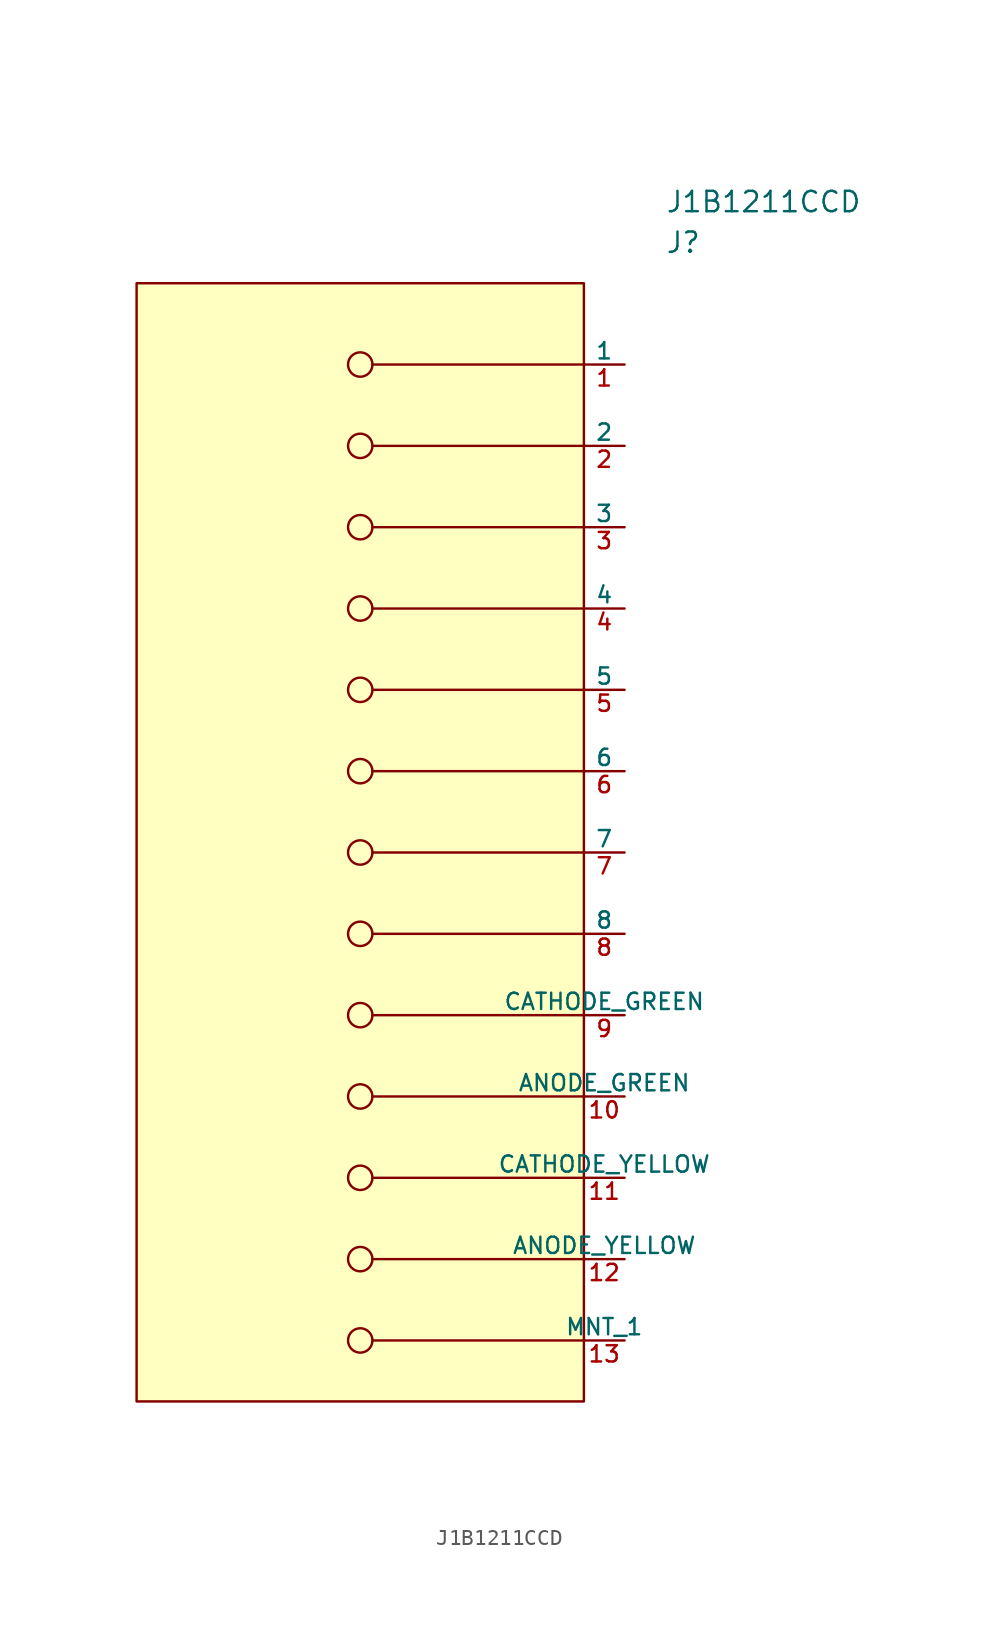
<source format=kicad_sym>
(kicad_symbol_lib
  (version 20220914)
  (generator kicad_symbol_editor)
  (symbol "J1B1211CCD"
    (pin_names
      (offset 0))
    (property "Reference" "J"
      (at 0 7.62 0)
      (effects (font (size 1.27 1.27)) (justify left)))
    (property "Value" "J1B1211CCD"
      (at 0 10.16 0)
      (effects (font (size 1.27 1.27)) (justify left)))
    (property "ki_locked" ""
      (at 0 0 0)
      (effects (font (size 1.27 1.27))))
    (symbol "J1B1211CCD_1_1"
      (rectangle (start -33.02 5.08) (end -5.08 -64.77) (stroke (width 0) (type solid)) (fill (type background)))
      (circle (center -19.05 -60.96) (radius 0.762) (stroke (width 0) (type solid)) (fill (type none)))
      (circle (center -19.05 -55.88) (radius 0.762) (stroke (width 0) (type solid)) (fill (type none)))
      (circle (center -19.05 -50.8) (radius 0.762) (stroke (width 0) (type solid)) (fill (type none)))
      (circle (center -19.05 -45.72) (radius 0.762) (stroke (width 0) (type solid)) (fill (type none)))
      (circle (center -19.05 -40.64) (radius 0.762) (stroke (width 0) (type solid)) (fill (type none)))
      (circle (center -19.05 -35.56) (radius 0.762) (stroke (width 0) (type solid)) (fill (type none)))
      (circle (center -19.05 -30.48) (radius 0.762) (stroke (width 0) (type solid)) (fill (type none)))
      (circle (center -19.05 -25.4) (radius 0.762) (stroke (width 0) (type solid)) (fill (type none)))
      (circle (center -19.05 -20.32) (radius 0.762) (stroke (width 0) (type solid)) (fill (type none)))
      (circle (center -19.05 -15.24) (radius 0.762) (stroke (width 0) (type solid)) (fill (type none)))
      (circle (center -19.05 -10.16) (radius 0.762) (stroke (width 0) (type solid)) (fill (type none)))
      (circle (center -19.05 -5.08) (radius 0.762) (stroke (width 0) (type solid)) (fill (type none)))
      (circle (center -19.05 0) (radius 0.762) (stroke (width 0) (type solid)) (fill (type none)))
      (polyline (pts (xy -18.288 -60.96) (xy -5.08 -60.96)) (stroke (width 0) (type solid)) (fill (type none)))
      (polyline (pts (xy -18.288 -55.88) (xy -5.08 -55.88)) (stroke (width 0) (type solid)) (fill (type none)))
      (polyline (pts (xy -18.288 -50.8) (xy -5.08 -50.8)) (stroke (width 0) (type solid)) (fill (type none)))
      (polyline (pts (xy -18.288 -45.72) (xy -5.08 -45.72)) (stroke (width 0) (type solid)) (fill (type none)))
      (polyline (pts (xy -18.288 -40.64) (xy -5.08 -40.64)) (stroke (width 0) (type solid)) (fill (type none)))
      (polyline (pts (xy -18.288 -35.56) (xy -5.08 -35.56)) (stroke (width 0) (type solid)) (fill (type none)))
      (polyline (pts (xy -18.288 -30.48) (xy -5.08 -30.48)) (stroke (width 0) (type solid)) (fill (type none)))
      (polyline (pts (xy -18.288 -25.4) (xy -5.08 -25.4)) (stroke (width 0) (type solid)) (fill (type none)))
      (polyline (pts (xy -18.288 -20.32) (xy -5.08 -20.32)) (stroke (width 0) (type solid)) (fill (type none)))
      (polyline (pts (xy -18.288 -15.24) (xy -5.08 -15.24)) (stroke (width 0) (type solid)) (fill (type none)))
      (polyline (pts (xy -18.288 -10.16) (xy -5.08 -10.16)) (stroke (width 0) (type solid)) (fill (type none)))
      (polyline (pts (xy -18.288 -5.08) (xy -5.08 -5.08)) (stroke (width 0) (type solid)) (fill (type none)))
      (polyline (pts (xy -18.288 0) (xy -5.08 0)) (stroke (width 0) (type solid)) (fill (type none)))
      (pin passive line (at -2.54 0 180) (length 2.54) (name "1" (effects (font (size 1.016 1.016)))) (number "1" (effects (font (size 1.016 1.016)))))
      (pin passive line (at -2.54 -45.72 180) (length 2.54) (name "ANODE_GREEN" (effects (font (size 1.016 1.016)))) (number "10" (effects (font (size 1.016 1.016)))))
      (pin passive line (at -2.54 -50.8 180) (length 2.54) (name "CATHODE_YELLOW" (effects (font (size 1.016 1.016)))) (number "11" (effects (font (size 1.016 1.016)))))
      (pin passive line (at -2.54 -55.88 180) (length 2.54) (name "ANODE_YELLOW" (effects (font (size 1.016 1.016)))) (number "12" (effects (font (size 1.016 1.016)))))
      (pin passive line (at -2.54 -60.96 180) (length 2.54) (name "MNT_1" (effects (font (size 1.016 1.016)))) (number "13" (effects (font (size 1.016 1.016)))))
      (pin passive line (at -2.54 -5.08 180) (length 2.54) (name "2" (effects (font (size 1.016 1.016)))) (number "2" (effects (font (size 1.016 1.016)))))
      (pin passive line (at -2.54 -10.16 180) (length 2.54) (name "3" (effects (font (size 1.016 1.016)))) (number "3" (effects (font (size 1.016 1.016)))))
      (pin passive line (at -2.54 -15.24 180) (length 2.54) (name "4" (effects (font (size 1.016 1.016)))) (number "4" (effects (font (size 1.016 1.016)))))
      (pin passive line (at -2.54 -20.32 180) (length 2.54) (name "5" (effects (font (size 1.016 1.016)))) (number "5" (effects (font (size 1.016 1.016)))))
      (pin passive line (at -2.54 -25.4 180) (length 2.54) (name "6" (effects (font (size 1.016 1.016)))) (number "6" (effects (font (size 1.016 1.016)))))
      (pin passive line (at -2.54 -30.48 180) (length 2.54) (name "7" (effects (font (size 1.016 1.016)))) (number "7" (effects (font (size 1.016 1.016)))))
      (pin passive line (at -2.54 -35.56 180) (length 2.54) (name "8" (effects (font (size 1.016 1.016)))) (number "8" (effects (font (size 1.016 1.016)))))
      (pin passive line (at -2.54 -40.64 180) (length 2.54) (name "CATHODE_GREEN" (effects (font (size 1.016 1.016)))) (number "9" (effects (font (size 1.016 1.016))))))))
</source>
